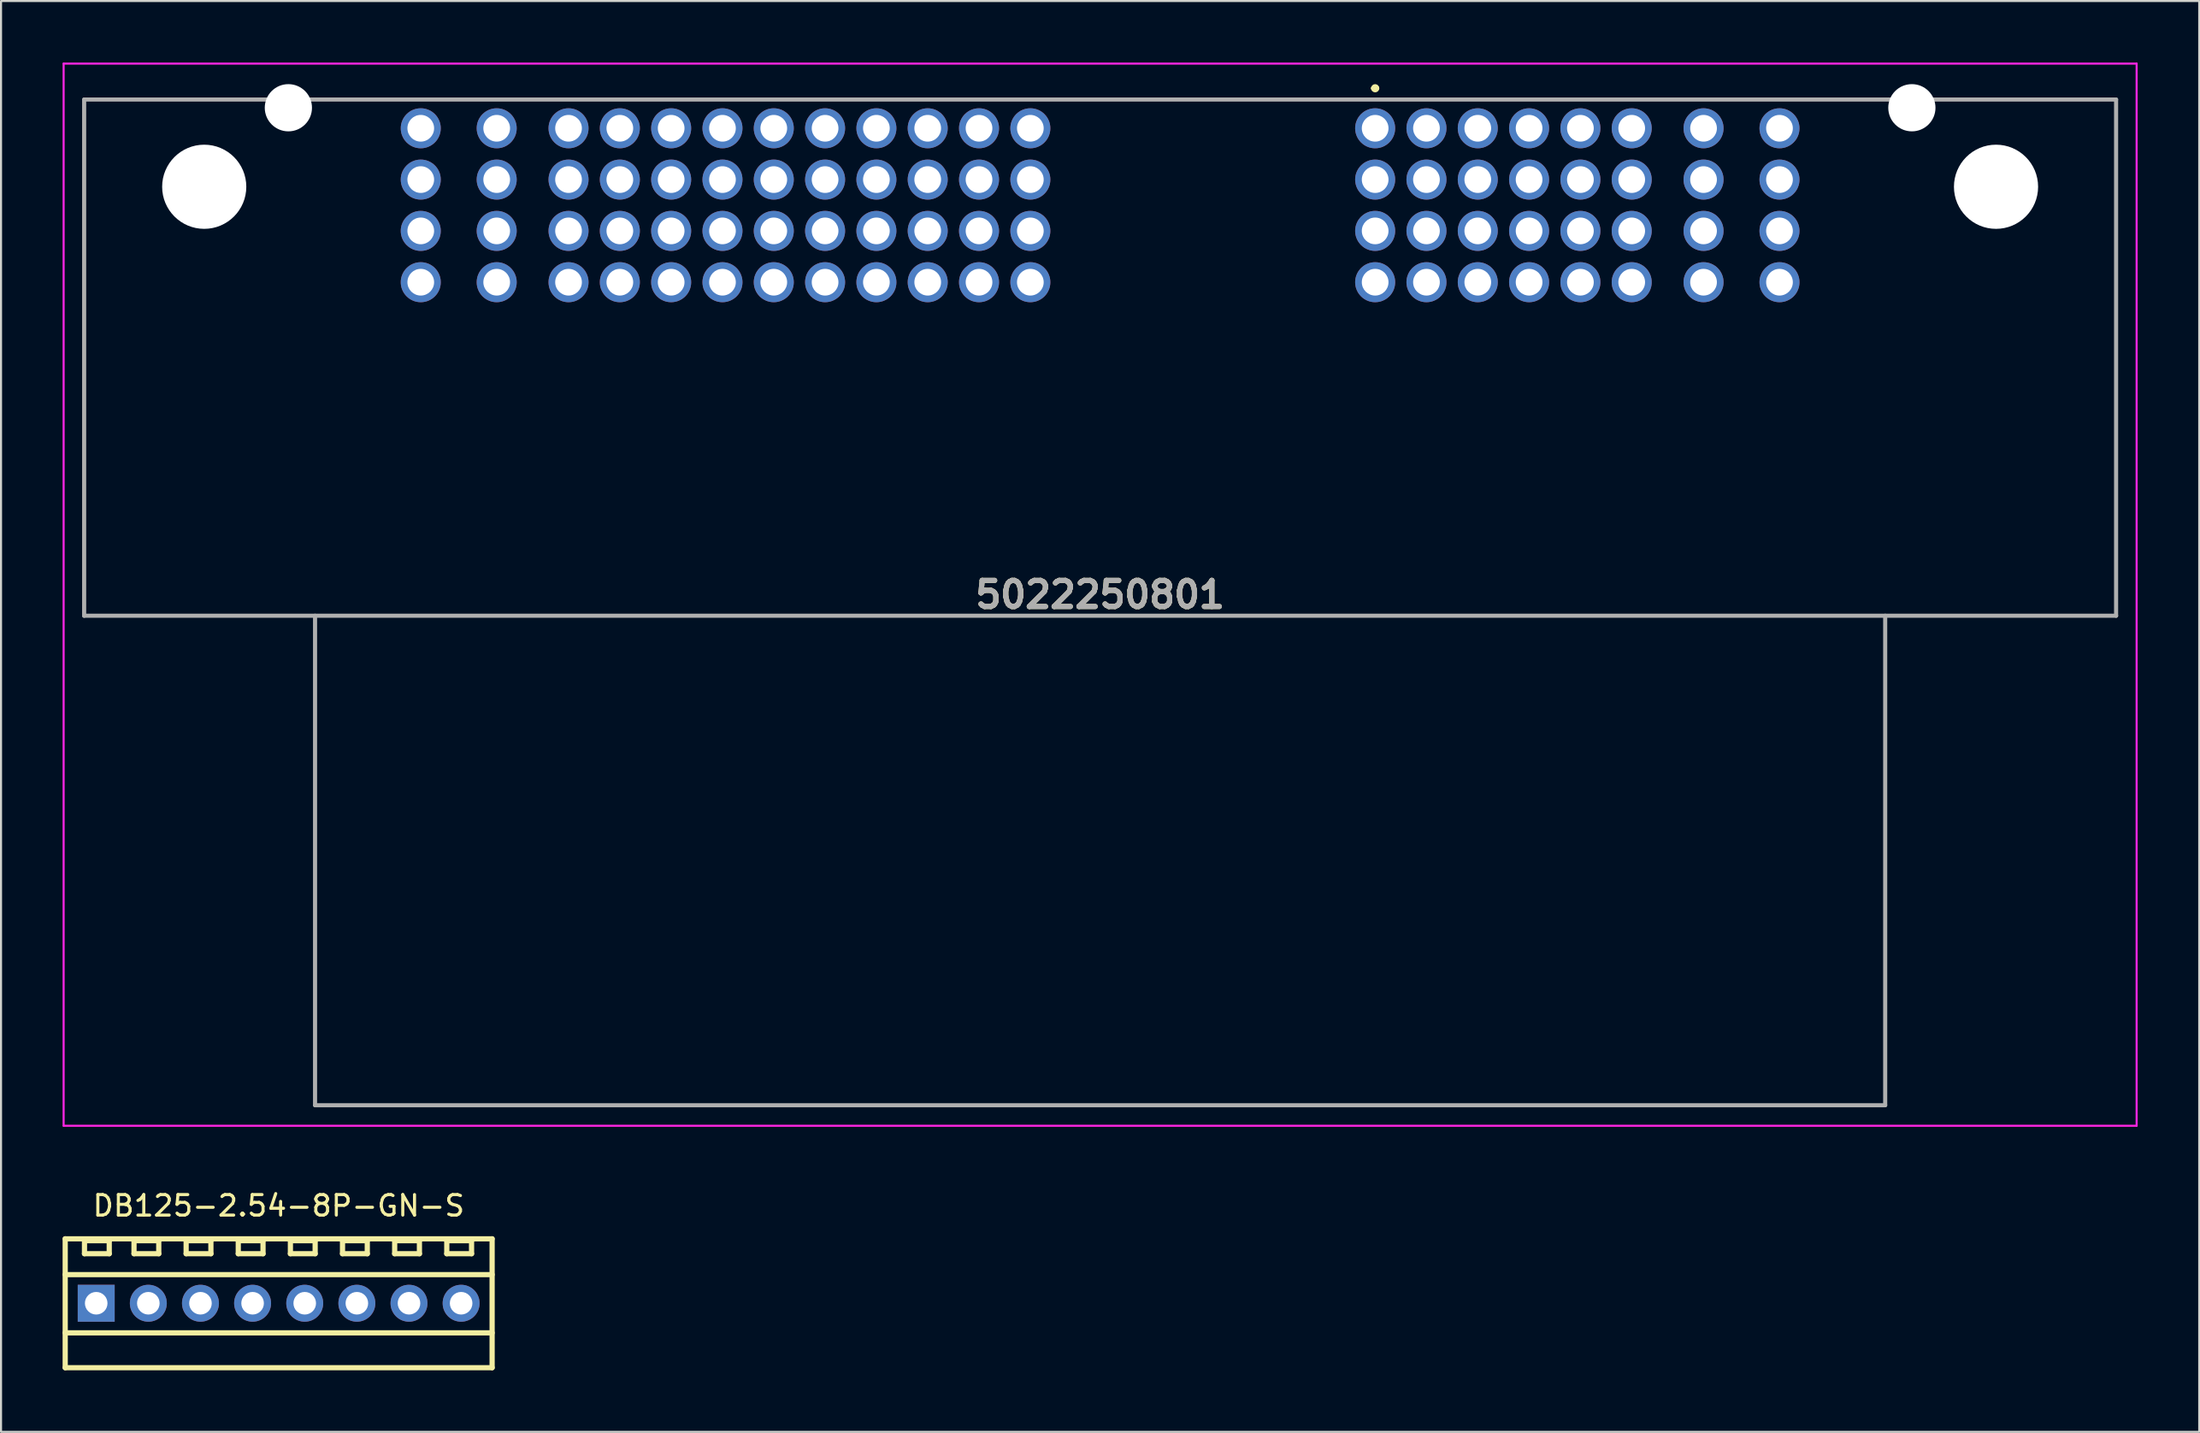
<source format=kicad_pcb>
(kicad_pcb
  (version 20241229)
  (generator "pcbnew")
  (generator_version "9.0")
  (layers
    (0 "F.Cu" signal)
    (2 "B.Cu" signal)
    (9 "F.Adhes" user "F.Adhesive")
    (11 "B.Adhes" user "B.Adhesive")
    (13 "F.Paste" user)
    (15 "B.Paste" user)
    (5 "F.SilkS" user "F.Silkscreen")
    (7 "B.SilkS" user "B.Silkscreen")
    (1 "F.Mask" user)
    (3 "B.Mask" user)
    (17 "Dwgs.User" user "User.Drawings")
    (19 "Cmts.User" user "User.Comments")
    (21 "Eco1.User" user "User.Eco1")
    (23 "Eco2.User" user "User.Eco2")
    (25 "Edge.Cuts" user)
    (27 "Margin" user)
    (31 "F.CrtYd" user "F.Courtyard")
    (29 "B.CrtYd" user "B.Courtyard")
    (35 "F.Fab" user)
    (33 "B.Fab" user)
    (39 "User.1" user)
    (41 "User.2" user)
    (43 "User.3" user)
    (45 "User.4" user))
  (footprint "5022250801"
    (layer "F.Cu")
    (at 50.55 25.925)
    (property "Reference" "5022250801" (at 0 0 0) (layer "F.SilkS") (effects (font (size 1.27 1.27) (thickness 0.254))))
    (attr through_hole)
    (fp_line (start -49.5 -24.125) (end -49.5 1.025) (stroke (width 0.1) (type solid)) (layer "F.SilkS"))
    (fp_line (start -49.5 1.025) (end -38.25 1.025) (stroke (width 0.1) (type solid)) (layer "F.SilkS"))
    (fp_line (start -42.5 -24.125) (end -49.5 -24.125) (stroke (width 0.1) (type solid)) (layer "F.SilkS"))
    (fp_line (start -38.25 1.025) (end -38.25 24.875) (stroke (width 0.1) (type solid)) (layer "F.SilkS"))
    (fp_line (start -38.25 24.875) (end 38.25 24.875) (stroke (width 0.1) (type solid)) (layer "F.SilkS"))
    (fp_line (start -37.5 -24.125) (end 37.5 -24.125) (stroke (width 0.1) (type solid)) (layer "F.SilkS"))
    (fp_line (start 13.3 -24.675) (end 13.3 -24.675) (stroke (width 0.2) (type solid)) (layer "F.SilkS"))
    (fp_line (start 13.5 -24.675) (end 13.5 -24.675) (stroke (width 0.2) (type solid)) (layer "F.SilkS"))
    (fp_line (start 38.25 1.025) (end 49.5 1.025) (stroke (width 0.1) (type solid)) (layer "F.SilkS"))
    (fp_line (start 38.25 24.875) (end 38.25 1.025) (stroke (width 0.1) (type solid)) (layer "F.SilkS"))
    (fp_line (start 49.5 -24.125) (end 42.5 -24.125) (stroke (width 0.1) (type solid)) (layer "F.SilkS"))
    (fp_line (start 49.5 1.025) (end 49.5 -24.125) (stroke (width 0.1) (type solid)) (layer "F.SilkS"))
    (fp_arc (start 13.3 -24.675) (mid 13.4 -24.775) (end 13.5 -24.675) (stroke (width 0.2) (type solid)) (layer "F.SilkS"))
    (fp_arc (start 13.5 -24.675) (mid 13.4 -24.575) (end 13.3 -24.675) (stroke (width 0.2) (type solid)) (layer "F.SilkS"))
    (fp_line (start -50.5 -25.875) (end 50.5 -25.875) (stroke (width 0.1) (type solid)) (layer "F.CrtYd"))
    (fp_line (start -50.5 25.875) (end -50.5 -25.875) (stroke (width 0.1) (type solid)) (layer "F.CrtYd"))
    (fp_line (start 50.5 -25.875) (end 50.5 25.875) (stroke (width 0.1) (type solid)) (layer "F.CrtYd"))
    (fp_line (start 50.5 25.875) (end -50.5 25.875) (stroke (width 0.1) (type solid)) (layer "F.CrtYd"))
    (fp_line (start -49.5 -24.125) (end 49.5 -24.125) (stroke (width 0.2) (type solid)) (layer "F.Fab"))
    (fp_line (start -49.5 1.025) (end -49.5 -24.125) (stroke (width 0.2) (type solid)) (layer "F.Fab"))
    (fp_line (start -38.25 1.025) (end -38.25 24.875) (stroke (width 0.2) (type solid)) (layer "F.Fab"))
    (fp_line (start -38.25 24.875) (end 38.25 24.875) (stroke (width 0.2) (type solid)) (layer "F.Fab"))
    (fp_line (start 38.25 24.875) (end 38.25 1.025) (stroke (width 0.2) (type solid)) (layer "F.Fab"))
    (fp_line (start 49.5 -24.125) (end 49.5 1.025) (stroke (width 0.2) (type solid)) (layer "F.Fab"))
    (fp_line (start 49.5 1.025) (end -49.5 1.025) (stroke (width 0.2) (type solid)) (layer "F.Fab"))
    (fp_text user "${REFERENCE}" (at 0 0 0) (layer "F.Fab") (effects (font (size 1.27 1.27) (thickness 0.254))))
    (pad "" np_thru_hole circle (at -43.65 -19.875) (size 4.1 4.1) (drill 4.1) (layers "*.Cu" "*.Mask"))
    (pad "" np_thru_hole circle (at -39.55 -23.725) (size 2.3 2.3) (drill 2.3) (layers "*.Cu" "*.Mask"))
    (pad "" np_thru_hole circle (at 39.55 -23.725) (size 2.3 2.3) (drill 2.3) (layers "*.Cu" "*.Mask"))
    (pad "" np_thru_hole circle (at 43.65 -19.875) (size 4.1 4.1) (drill 4.1) (layers "*.Cu" "*.Mask"))
    (pad "1" thru_hole circle (at 13.4 -22.725) (size 1.95 1.95) (drill 1.3) (layers "*.Cu" "*.Mask"))
    (pad "2" thru_hole circle (at 13.4 -20.225) (size 1.95 1.95) (drill 1.3) (layers "*.Cu" "*.Mask"))
    (pad "3" thru_hole circle (at 13.4 -17.725) (size 1.95 1.95) (drill 1.3) (layers "*.Cu" "*.Mask"))
    (pad "4" thru_hole circle (at 13.4 -15.225) (size 1.95 1.95) (drill 1.3) (layers "*.Cu" "*.Mask"))
    (pad "5" thru_hole circle (at 15.9 -22.725) (size 1.95 1.95) (drill 1.3) (layers "*.Cu" "*.Mask"))
    (pad "6" thru_hole circle (at 15.9 -20.225) (size 1.95 1.95) (drill 1.3) (layers "*.Cu" "*.Mask"))
    (pad "7" thru_hole circle (at 15.9 -17.725) (size 1.95 1.95) (drill 1.3) (layers "*.Cu" "*.Mask"))
    (pad "8" thru_hole circle (at 15.9 -15.225) (size 1.95 1.95) (drill 1.3) (layers "*.Cu" "*.Mask"))
    (pad "9" thru_hole circle (at 18.4 -22.725) (size 1.95 1.95) (drill 1.3) (layers "*.Cu" "*.Mask"))
    (pad "10" thru_hole circle (at 18.4 -20.225) (size 1.95 1.95) (drill 1.3) (layers "*.Cu" "*.Mask"))
    (pad "11" thru_hole circle (at 18.4 -17.725) (size 1.95 1.95) (drill 1.3) (layers "*.Cu" "*.Mask"))
    (pad "12" thru_hole circle (at 18.4 -15.225) (size 1.95 1.95) (drill 1.3) (layers "*.Cu" "*.Mask"))
    (pad "13" thru_hole circle (at 20.9 -22.725) (size 1.95 1.95) (drill 1.3) (layers "*.Cu" "*.Mask"))
    (pad "14" thru_hole circle (at 20.9 -20.225) (size 1.95 1.95) (drill 1.3) (layers "*.Cu" "*.Mask"))
    (pad "15" thru_hole circle (at 20.9 -17.725) (size 1.95 1.95) (drill 1.3) (layers "*.Cu" "*.Mask"))
    (pad "16" thru_hole circle (at 20.9 -15.225) (size 1.95 1.95) (drill 1.3) (layers "*.Cu" "*.Mask"))
    (pad "17" thru_hole circle (at 23.4 -22.725) (size 1.95 1.95) (drill 1.3) (layers "*.Cu" "*.Mask"))
    (pad "18" thru_hole circle (at 23.4 -20.225) (size 1.95 1.95) (drill 1.3) (layers "*.Cu" "*.Mask"))
    (pad "19" thru_hole circle (at 23.4 -17.725) (size 1.95 1.95) (drill 1.3) (layers "*.Cu" "*.Mask"))
    (pad "20" thru_hole circle (at 23.4 -15.225) (size 1.95 1.95) (drill 1.3) (layers "*.Cu" "*.Mask"))
    (pad "21" thru_hole circle (at 25.9 -22.725) (size 1.95 1.95) (drill 1.3) (layers "*.Cu" "*.Mask"))
    (pad "22" thru_hole circle (at 25.9 -20.225) (size 1.95 1.95) (drill 1.3) (layers "*.Cu" "*.Mask"))
    (pad "23" thru_hole circle (at 25.9 -17.725) (size 1.95 1.95) (drill 1.3) (layers "*.Cu" "*.Mask"))
    (pad "24" thru_hole circle (at 25.9 -15.225) (size 1.95 1.95) (drill 1.3) (layers "*.Cu" "*.Mask"))
    (pad "25" thru_hole circle (at 29.4 -22.725) (size 1.95 1.95) (drill 1.3) (layers "*.Cu" "*.Mask"))
    (pad "26" thru_hole circle (at 29.4 -20.225) (size 1.95 1.95) (drill 1.3) (layers "*.Cu" "*.Mask"))
    (pad "27" thru_hole circle (at 29.4 -17.725) (size 1.95 1.95) (drill 1.3) (layers "*.Cu" "*.Mask"))
    (pad "28" thru_hole circle (at 29.4 -15.225) (size 1.95 1.95) (drill 1.3) (layers "*.Cu" "*.Mask"))
    (pad "29" thru_hole circle (at 33.1 -22.725) (size 1.95 1.95) (drill 1.3) (layers "*.Cu" "*.Mask"))
    (pad "30" thru_hole circle (at 33.1 -20.225) (size 1.95 1.95) (drill 1.3) (layers "*.Cu" "*.Mask"))
    (pad "31" thru_hole circle (at 33.1 -17.725) (size 1.95 1.95) (drill 1.3) (layers "*.Cu" "*.Mask"))
    (pad "32" thru_hole circle (at 33.1 -15.225) (size 1.95 1.95) (drill 1.3) (layers "*.Cu" "*.Mask"))
    (pad "33" thru_hole circle (at -3.4 -15.225) (size 1.95 1.95) (drill 1.3) (layers "*.Cu" "*.Mask"))
    (pad "34" thru_hole circle (at -3.4 -17.725) (size 1.95 1.95) (drill 1.3) (layers "*.Cu" "*.Mask"))
    (pad "35" thru_hole circle (at -3.4 -20.225) (size 1.95 1.95) (drill 1.3) (layers "*.Cu" "*.Mask"))
    (pad "36" thru_hole circle (at -3.4 -22.725) (size 1.95 1.95) (drill 1.3) (layers "*.Cu" "*.Mask"))
    (pad "37" thru_hole circle (at -5.9 -15.225) (size 1.95 1.95) (drill 1.3) (layers "*.Cu" "*.Mask"))
    (pad "38" thru_hole circle (at -5.9 -17.725) (size 1.95 1.95) (drill 1.3) (layers "*.Cu" "*.Mask"))
    (pad "39" thru_hole circle (at -5.9 -20.225) (size 1.95 1.95) (drill 1.3) (layers "*.Cu" "*.Mask"))
    (pad "40" thru_hole circle (at -5.9 -22.725) (size 1.95 1.95) (drill 1.3) (layers "*.Cu" "*.Mask"))
    (pad "41" thru_hole circle (at -8.4 -15.225) (size 1.95 1.95) (drill 1.3) (layers "*.Cu" "*.Mask"))
    (pad "42" thru_hole circle (at -8.4 -17.725) (size 1.95 1.95) (drill 1.3) (layers "*.Cu" "*.Mask"))
    (pad "43" thru_hole circle (at -8.4 -20.225) (size 1.95 1.95) (drill 1.3) (layers "*.Cu" "*.Mask"))
    (pad "44" thru_hole circle (at -8.4 -22.725) (size 1.95 1.95) (drill 1.3) (layers "*.Cu" "*.Mask"))
    (pad "45" thru_hole circle (at -10.9 -15.225) (size 1.95 1.95) (drill 1.3) (layers "*.Cu" "*.Mask"))
    (pad "46" thru_hole circle (at -10.9 -17.725) (size 1.95 1.95) (drill 1.3) (layers "*.Cu" "*.Mask"))
    (pad "47" thru_hole circle (at -10.9 -20.225) (size 1.95 1.95) (drill 1.3) (layers "*.Cu" "*.Mask"))
    (pad "48" thru_hole circle (at -10.9 -22.725) (size 1.95 1.95) (drill 1.3) (layers "*.Cu" "*.Mask"))
    (pad "49" thru_hole circle (at -13.4 -15.225) (size 1.95 1.95) (drill 1.3) (layers "*.Cu" "*.Mask"))
    (pad "50" thru_hole circle (at -13.4 -17.725) (size 1.95 1.95) (drill 1.3) (layers "*.Cu" "*.Mask"))
    (pad "51" thru_hole circle (at -13.4 -20.225) (size 1.95 1.95) (drill 1.3) (layers "*.Cu" "*.Mask"))
    (pad "52" thru_hole circle (at -13.4 -22.725) (size 1.95 1.95) (drill 1.3) (layers "*.Cu" "*.Mask"))
    (pad "53" thru_hole circle (at -15.9 -15.225) (size 1.95 1.95) (drill 1.3) (layers "*.Cu" "*.Mask"))
    (pad "54" thru_hole circle (at -15.9 -17.725) (size 1.95 1.95) (drill 1.3) (layers "*.Cu" "*.Mask"))
    (pad "55" thru_hole circle (at -15.9 -20.225) (size 1.95 1.95) (drill 1.3) (layers "*.Cu" "*.Mask"))
    (pad "56" thru_hole circle (at -15.9 -22.725) (size 1.95 1.95) (drill 1.3) (layers "*.Cu" "*.Mask"))
    (pad "57" thru_hole circle (at -18.4 -15.225) (size 1.95 1.95) (drill 1.3) (layers "*.Cu" "*.Mask"))
    (pad "58" thru_hole circle (at -18.4 -17.725) (size 1.95 1.95) (drill 1.3) (layers "*.Cu" "*.Mask"))
    (pad "59" thru_hole circle (at -18.4 -20.225) (size 1.95 1.95) (drill 1.3) (layers "*.Cu" "*.Mask"))
    (pad "60" thru_hole circle (at -18.4 -22.725) (size 1.95 1.95) (drill 1.3) (layers "*.Cu" "*.Mask"))
    (pad "61" thru_hole circle (at -20.9 -15.225) (size 1.95 1.95) (drill 1.3) (layers "*.Cu" "*.Mask"))
    (pad "62" thru_hole circle (at -20.9 -17.725) (size 1.95 1.95) (drill 1.3) (layers "*.Cu" "*.Mask"))
    (pad "63" thru_hole circle (at -20.9 -20.225) (size 1.95 1.95) (drill 1.3) (layers "*.Cu" "*.Mask"))
    (pad "64" thru_hole circle (at -20.9 -22.725) (size 1.95 1.95) (drill 1.3) (layers "*.Cu" "*.Mask"))
    (pad "65" thru_hole circle (at -23.4 -15.225) (size 1.95 1.95) (drill 1.3) (layers "*.Cu" "*.Mask"))
    (pad "66" thru_hole circle (at -23.4 -17.725) (size 1.95 1.95) (drill 1.3) (layers "*.Cu" "*.Mask"))
    (pad "67" thru_hole circle (at -23.4 -20.225) (size 1.95 1.95) (drill 1.3) (layers "*.Cu" "*.Mask"))
    (pad "68" thru_hole circle (at -23.4 -22.725) (size 1.95 1.95) (drill 1.3) (layers "*.Cu" "*.Mask"))
    (pad "69" thru_hole circle (at -25.9 -15.225) (size 1.95 1.95) (drill 1.3) (layers "*.Cu" "*.Mask"))
    (pad "70" thru_hole circle (at -25.9 -17.725) (size 1.95 1.95) (drill 1.3) (layers "*.Cu" "*.Mask"))
    (pad "71" thru_hole circle (at -25.9 -20.225) (size 1.95 1.95) (drill 1.3) (layers "*.Cu" "*.Mask"))
    (pad "72" thru_hole circle (at -25.9 -22.725) (size 1.95 1.95) (drill 1.3) (layers "*.Cu" "*.Mask"))
    (pad "73" thru_hole circle (at -29.4 -15.225) (size 1.95 1.95) (drill 1.3) (layers "*.Cu" "*.Mask"))
    (pad "74" thru_hole circle (at -29.4 -17.725) (size 1.95 1.95) (drill 1.3) (layers "*.Cu" "*.Mask"))
    (pad "75" thru_hole circle (at -29.4 -20.225) (size 1.95 1.95) (drill 1.3) (layers "*.Cu" "*.Mask"))
    (pad "76" thru_hole circle (at -29.4 -22.725) (size 1.95 1.95) (drill 1.3) (layers "*.Cu" "*.Mask"))
    (pad "77" thru_hole circle (at -33.1 -15.225) (size 1.95 1.95) (drill 1.3) (layers "*.Cu" "*.Mask"))
    (pad "78" thru_hole circle (at -33.1 -17.725) (size 1.95 1.95) (drill 1.3) (layers "*.Cu" "*.Mask"))
    (pad "79" thru_hole circle (at -33.1 -20.225) (size 1.95 1.95) (drill 1.3) (layers "*.Cu" "*.Mask"))
    (pad "80" thru_hole circle (at -33.1 -22.725) (size 1.95 1.95) (drill 1.3) (layers "*.Cu" "*.Mask")))
  (footprint "DB125-2.54-8P-GN-S"
    (layer "F.Cu")
    (at 10.527 60.448)
    (property "Reference" "DB125-2.54-8P-GN-S" (at 0 -4.75 0) (unlocked yes) (layer "F.SilkS") (effects (font (size 1 1) (thickness 0.15))))
    (attr through_hole)
    (fp_line (start -10.4 -3.139) (end 10.4 -3.139) (stroke (width 0.254) (type solid)) (layer "F.SilkS"))
    (fp_line (start -10.4 -1.395) (end 10.4 -1.395) (stroke (width 0.254) (type solid)) (layer "F.SilkS"))
    (fp_line (start -10.4 1.443) (end 10.4 1.443) (stroke (width 0.254) (type solid)) (layer "F.SilkS"))
    (fp_line (start -10.4 3.14) (end -10.4 -3.139) (stroke (width 0.254) (type solid)) (layer "F.SilkS"))
    (fp_line (start -10.4 3.14) (end 10.4 3.14) (stroke (width 0.254) (type solid)) (layer "F.SilkS"))
    (fp_line (start -9.461 -3.048) (end -8.255 -3.048) (stroke (width 0.254) (type solid)) (layer "F.SilkS"))
    (fp_line (start -9.461 -2.413) (end -9.461 -3.048) (stroke (width 0.254) (type solid)) (layer "F.SilkS"))
    (fp_line (start -9.461 -2.413) (end -8.255 -2.413) (stroke (width 0.254) (type solid)) (layer "F.SilkS"))
    (fp_line (start -8.255 -2.413) (end -8.255 -3.048) (stroke (width 0.254) (type solid)) (layer "F.SilkS"))
    (fp_line (start -7.048 -3.048) (end -5.842 -3.048) (stroke (width 0.254) (type solid)) (layer "F.SilkS"))
    (fp_line (start -7.048 -2.413) (end -7.048 -3.048) (stroke (width 0.254) (type solid)) (layer "F.SilkS"))
    (fp_line (start -7.048 -2.413) (end -5.842 -2.413) (stroke (width 0.254) (type solid)) (layer "F.SilkS"))
    (fp_line (start -5.842 -2.413) (end -5.842 -3.048) (stroke (width 0.254) (type solid)) (layer "F.SilkS"))
    (fp_line (start -4.508 -3.048) (end -3.302 -3.048) (stroke (width 0.254) (type solid)) (layer "F.SilkS"))
    (fp_line (start -4.508 -2.413) (end -4.508 -3.048) (stroke (width 0.254) (type solid)) (layer "F.SilkS"))
    (fp_line (start -4.508 -2.413) (end -3.302 -2.413) (stroke (width 0.254) (type solid)) (layer "F.SilkS"))
    (fp_line (start -3.302 -2.413) (end -3.302 -3.048) (stroke (width 0.254) (type solid)) (layer "F.SilkS"))
    (fp_line (start -1.968 -3.048) (end -0.762 -3.048) (stroke (width 0.254) (type solid)) (layer "F.SilkS"))
    (fp_line (start -1.968 -2.413) (end -1.968 -3.048) (stroke (width 0.254) (type solid)) (layer "F.SilkS"))
    (fp_line (start -1.968 -2.413) (end -0.762 -2.413) (stroke (width 0.254) (type solid)) (layer "F.SilkS"))
    (fp_line (start -0.762 -2.413) (end -0.762 -3.048) (stroke (width 0.254) (type solid)) (layer "F.SilkS"))
    (fp_line (start 0.572 -3.048) (end 1.778 -3.048) (stroke (width 0.254) (type solid)) (layer "F.SilkS"))
    (fp_line (start 0.572 -2.413) (end 0.572 -3.048) (stroke (width 0.254) (type solid)) (layer "F.SilkS"))
    (fp_line (start 0.572 -2.413) (end 1.778 -2.413) (stroke (width 0.254) (type solid)) (layer "F.SilkS"))
    (fp_line (start 1.778 -2.413) (end 1.778 -3.048) (stroke (width 0.254) (type solid)) (layer "F.SilkS"))
    (fp_line (start 3.111 -3.048) (end 4.318 -3.048) (stroke (width 0.254) (type solid)) (layer "F.SilkS"))
    (fp_line (start 3.111 -2.413) (end 3.111 -3.048) (stroke (width 0.254) (type solid)) (layer "F.SilkS"))
    (fp_line (start 3.111 -2.413) (end 4.318 -2.413) (stroke (width 0.254) (type solid)) (layer "F.SilkS"))
    (fp_line (start 4.318 -2.413) (end 4.318 -3.048) (stroke (width 0.254) (type solid)) (layer "F.SilkS"))
    (fp_line (start 5.652 -3.048) (end 6.858 -3.048) (stroke (width 0.254) (type solid)) (layer "F.SilkS"))
    (fp_line (start 5.652 -2.413) (end 5.652 -3.048) (stroke (width 0.254) (type solid)) (layer "F.SilkS"))
    (fp_line (start 5.652 -2.413) (end 6.858 -2.413) (stroke (width 0.254) (type solid)) (layer "F.SilkS"))
    (fp_line (start 6.858 -2.413) (end 6.858 -3.048) (stroke (width 0.254) (type solid)) (layer "F.SilkS"))
    (fp_line (start 8.191 -3.048) (end 9.398 -3.048) (stroke (width 0.254) (type solid)) (layer "F.SilkS"))
    (fp_line (start 8.191 -2.413) (end 8.191 -3.048) (stroke (width 0.254) (type solid)) (layer "F.SilkS"))
    (fp_line (start 8.191 -2.413) (end 9.398 -2.413) (stroke (width 0.254) (type solid)) (layer "F.SilkS"))
    (fp_line (start 9.398 -2.413) (end 9.398 -3.048) (stroke (width 0.254) (type solid)) (layer "F.SilkS"))
    (fp_line (start 10.4 3.14) (end 10.4 -3.139) (stroke (width 0.254) (type solid)) (layer "F.SilkS"))
    (pad "1" thru_hole rect (at -8.89 0) (size 1.8 1.8) (drill 1.1) (layers "*.Cu" "*.Mask"))
    (pad "2" thru_hole circle (at -6.35 0) (size 1.8 1.8) (drill 1.1) (layers "*.Cu" "*.Mask"))
    (pad "3" thru_hole circle (at -3.81 0) (size 1.8 1.8) (drill 1.1) (layers "*.Cu" "*.Mask"))
    (pad "4" thru_hole circle (at -1.27 0) (size 1.8 1.8) (drill 1.1) (layers "*.Cu" "*.Mask"))
    (pad "5" thru_hole circle (at 1.27 0) (size 1.8 1.8) (drill 1.1) (layers "*.Cu" "*.Mask"))
    (pad "6" thru_hole circle (at 3.81 0) (size 1.8 1.8) (drill 1.1) (layers "*.Cu" "*.Mask"))
    (pad "7" thru_hole circle (at 6.35 0) (size 1.8 1.8) (drill 1.1) (layers "*.Cu" "*.Mask"))
    (pad "8" thru_hole circle (at 8.89 0) (size 1.8 1.8) (drill 1.1) (layers "*.Cu" "*.Mask")))
  (gr_rect
    (start -3 -3)
    (end 104.1 66.715)
    (stroke (width 0.1) (type default))
    (fill no)
    (layer "Edge.Cuts")))
</source>
